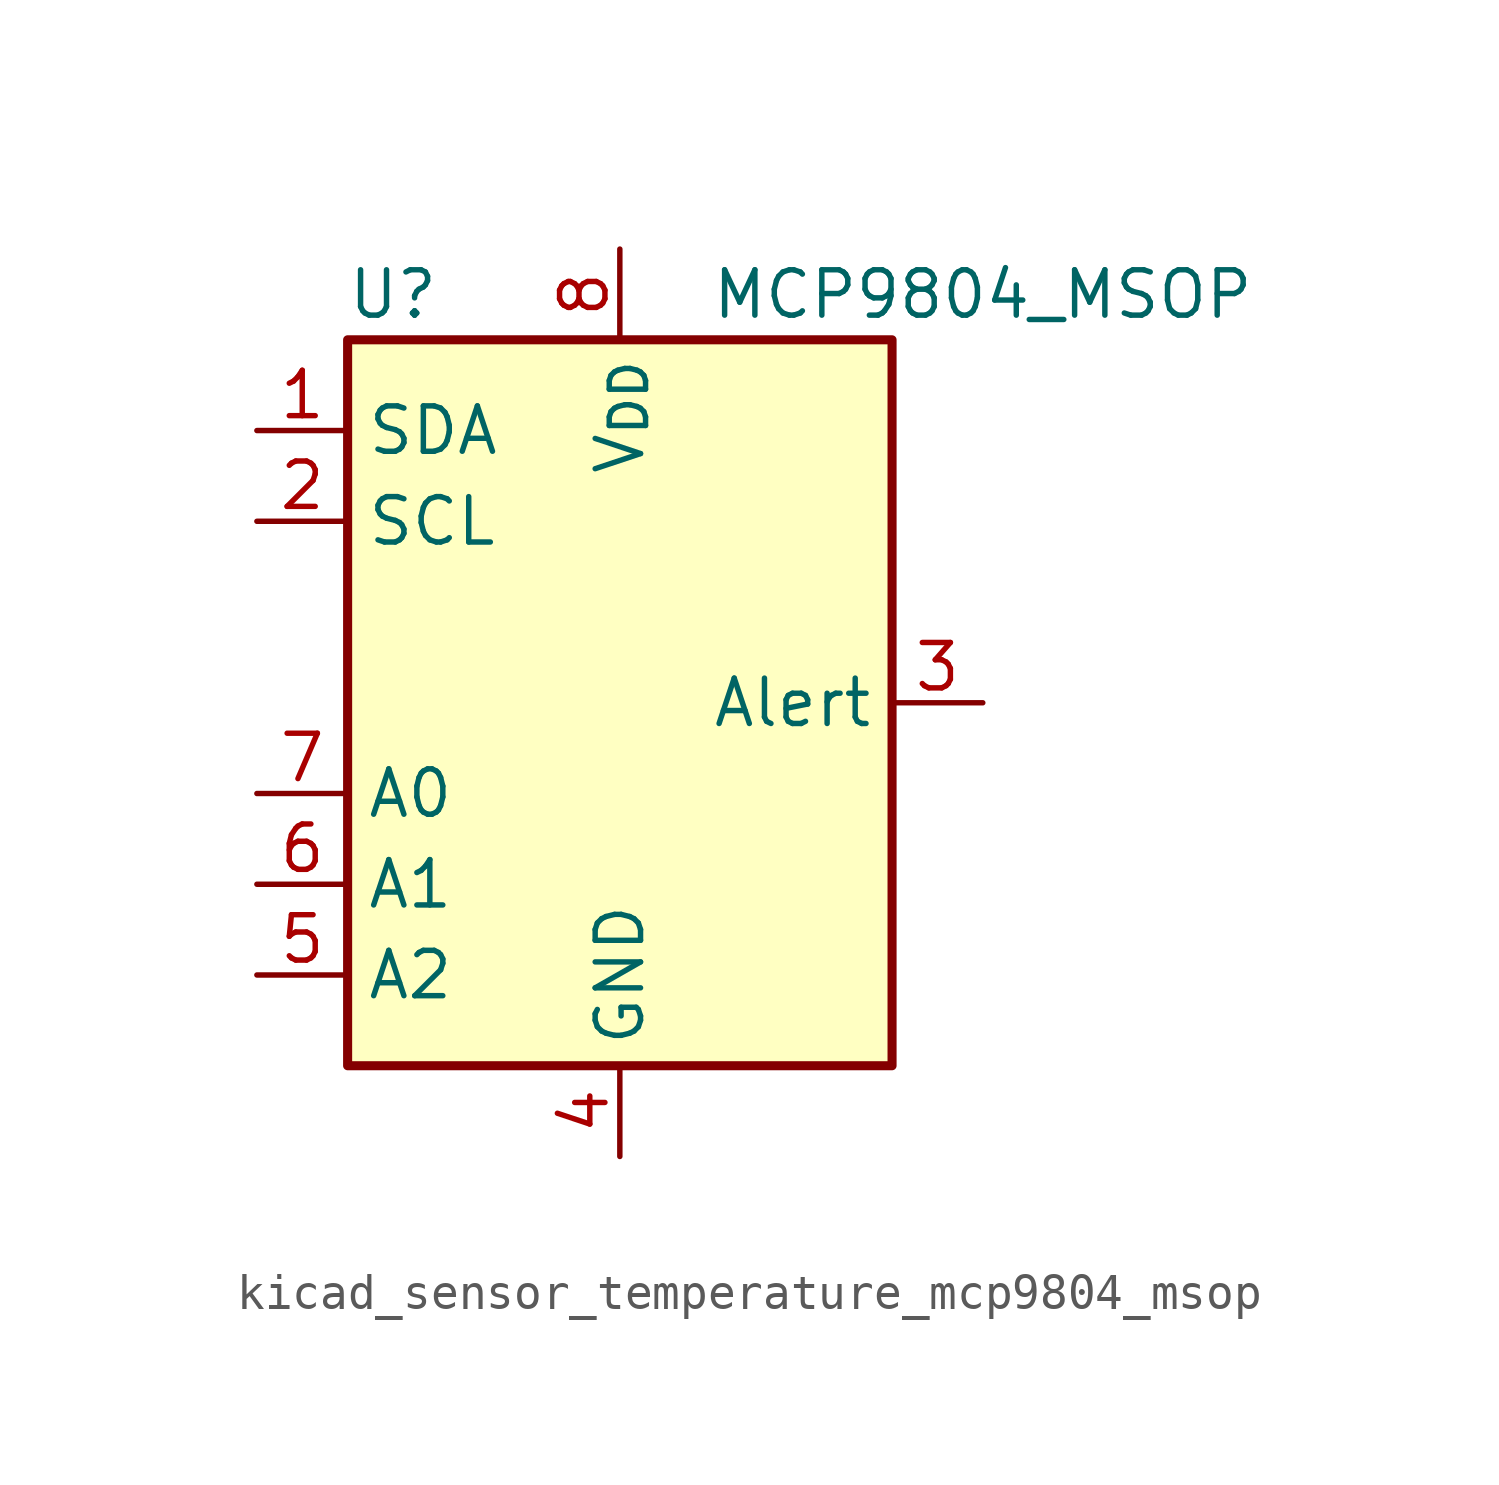
<source format=kicad_sym>
(kicad_symbol_lib
  (version 20220914)
  (generator kicad_symbol_editor)
  (symbol "kicad_sensor_temperature_mcp9804_msop"
    (property "Reference" "U"
      (at -6.35 11.43 0)
      (effects (font (size 1.27 1.27))))
    (property "Value" "MCP9804_MSOP"
      (at 10.16 11.43 0)
      (effects (font (size 1.27 1.27))))
    (symbol "kicad_sensor_temperature_mcp9804_msop_0_1"
      (rectangle (start -7.62 10.16) (end 7.62 -10.16) (stroke (width 0.254) (type default)) (fill (type background))))
    (symbol "kicad_sensor_temperature_mcp9804_msop_1_1"
      (pin bidirectional line (at -10.16 7.62 0) (length 2.54) (name "SDA" (effects (font (size 1.27 1.27)))) (number "1" (effects (font (size 1.27 1.27)))))
      (pin input line (at -10.16 5.08 0) (length 2.54) (name "SCL" (effects (font (size 1.27 1.27)))) (number "2" (effects (font (size 1.27 1.27)))))
      (pin output line (at 10.16 0 180) (length 2.54) (name "Alert" (effects (font (size 1.27 1.27)))) (number "3" (effects (font (size 1.27 1.27)))))
      (pin power_in line (at 0 -12.7 90) (length 2.54) (name "GND" (effects (font (size 1.27 1.27)))) (number "4" (effects (font (size 1.27 1.27)))))
      (pin input line (at -10.16 -7.62 0) (length 2.54) (name "A2" (effects (font (size 1.27 1.27)))) (number "5" (effects (font (size 1.27 1.27)))))
      (pin input line (at -10.16 -5.08 0) (length 2.54) (name "A1" (effects (font (size 1.27 1.27)))) (number "6" (effects (font (size 1.27 1.27)))))
      (pin input line (at -10.16 -2.54 0) (length 2.54) (name "A0" (effects (font (size 1.27 1.27)))) (number "7" (effects (font (size 1.27 1.27)))))
      (pin power_in line (at 0 12.7 270) (length 2.54) (name "V_{DD}" (effects (font (size 1.27 1.27)))) (number "8" (effects (font (size 1.27 1.27))))))))
</source>
